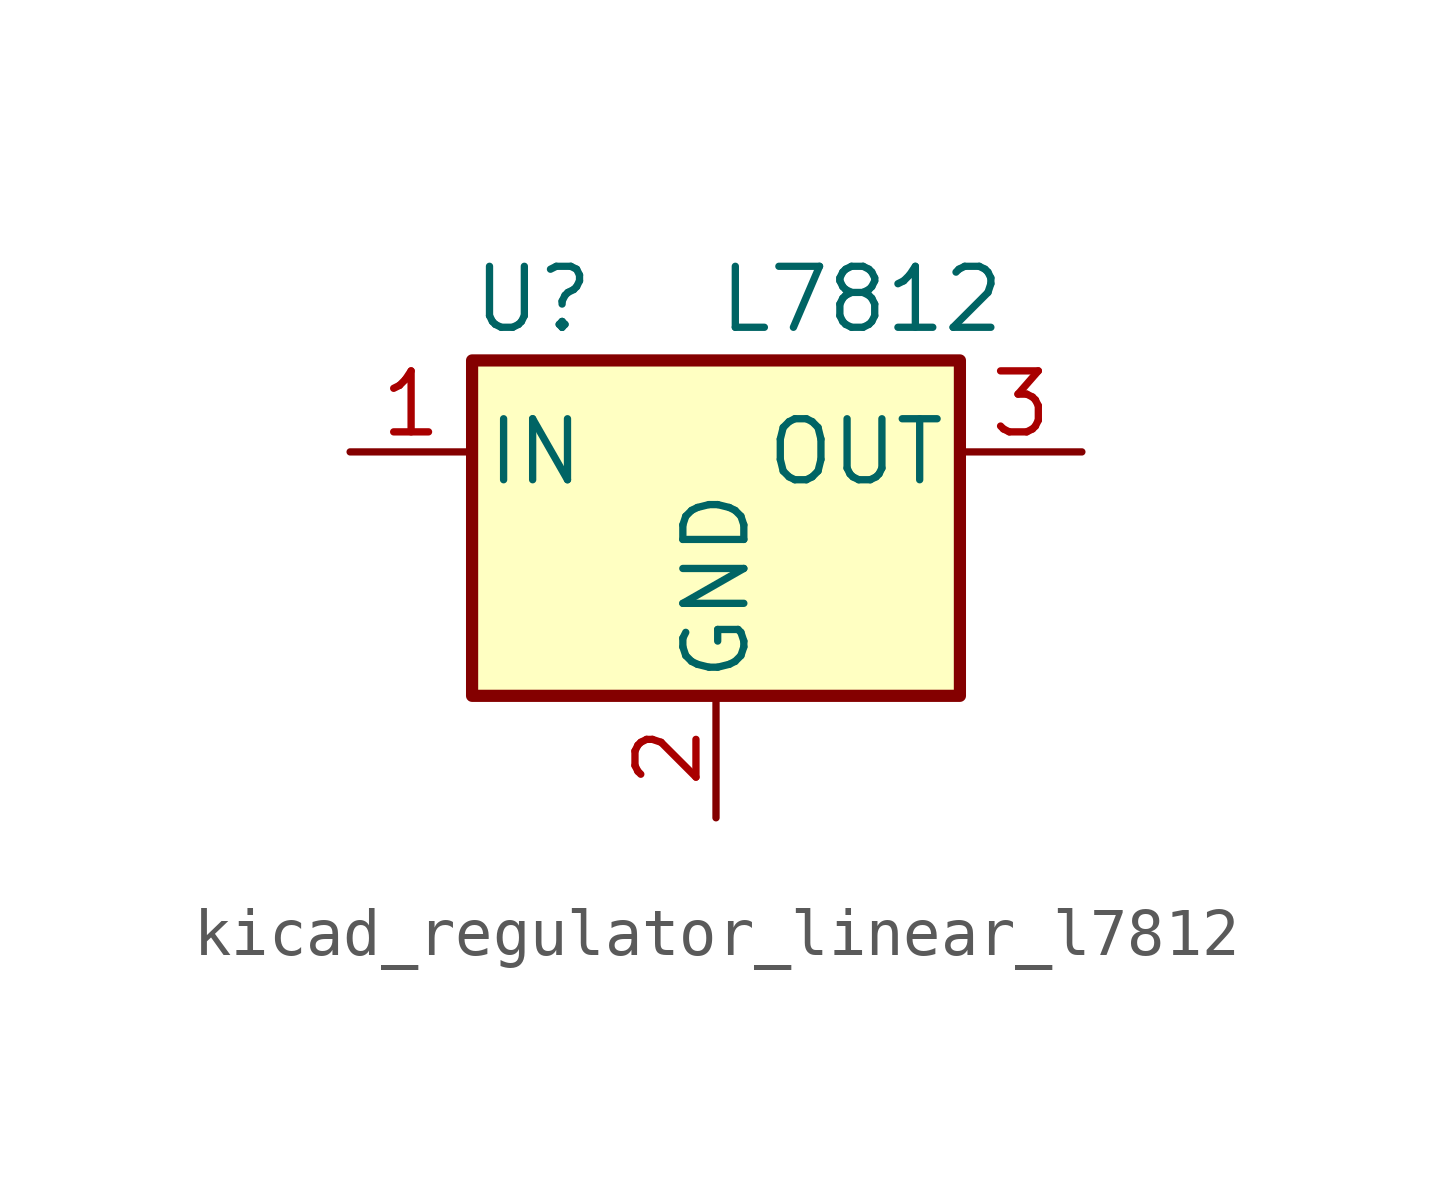
<source format=kicad_sym>
(kicad_symbol_lib
  (version 20220914)
  (generator kicad_symbol_editor)
  (symbol "kicad_regulator_linear_l7812"
    (pin_names
      (offset 0.254))
    (property "Reference" "U"
      (at -3.81 3.175 0)
      (effects (font (size 1.27 1.27))))
    (property "Value" "L7812"
      (at 0 3.175 0)
      (effects (font (size 1.27 1.27)) (justify left)))
    (symbol "kicad_regulator_linear_l7812_0_1"
      (rectangle (start -5.08 1.905) (end 5.08 -5.08) (stroke (width 0.254) (type default)) (fill (type background))))
    (symbol "kicad_regulator_linear_l7812_1_1"
      (pin power_in line (at -7.62 0 0) (length 2.54) (name "IN" (effects (font (size 1.27 1.27)))) (number "1" (effects (font (size 1.27 1.27)))))
      (pin power_in line (at 0 -7.62 90) (length 2.54) (name "GND" (effects (font (size 1.27 1.27)))) (number "2" (effects (font (size 1.27 1.27)))))
      (pin power_out line (at 7.62 0 180) (length 2.54) (name "OUT" (effects (font (size 1.27 1.27)))) (number "3" (effects (font (size 1.27 1.27))))))))
</source>
